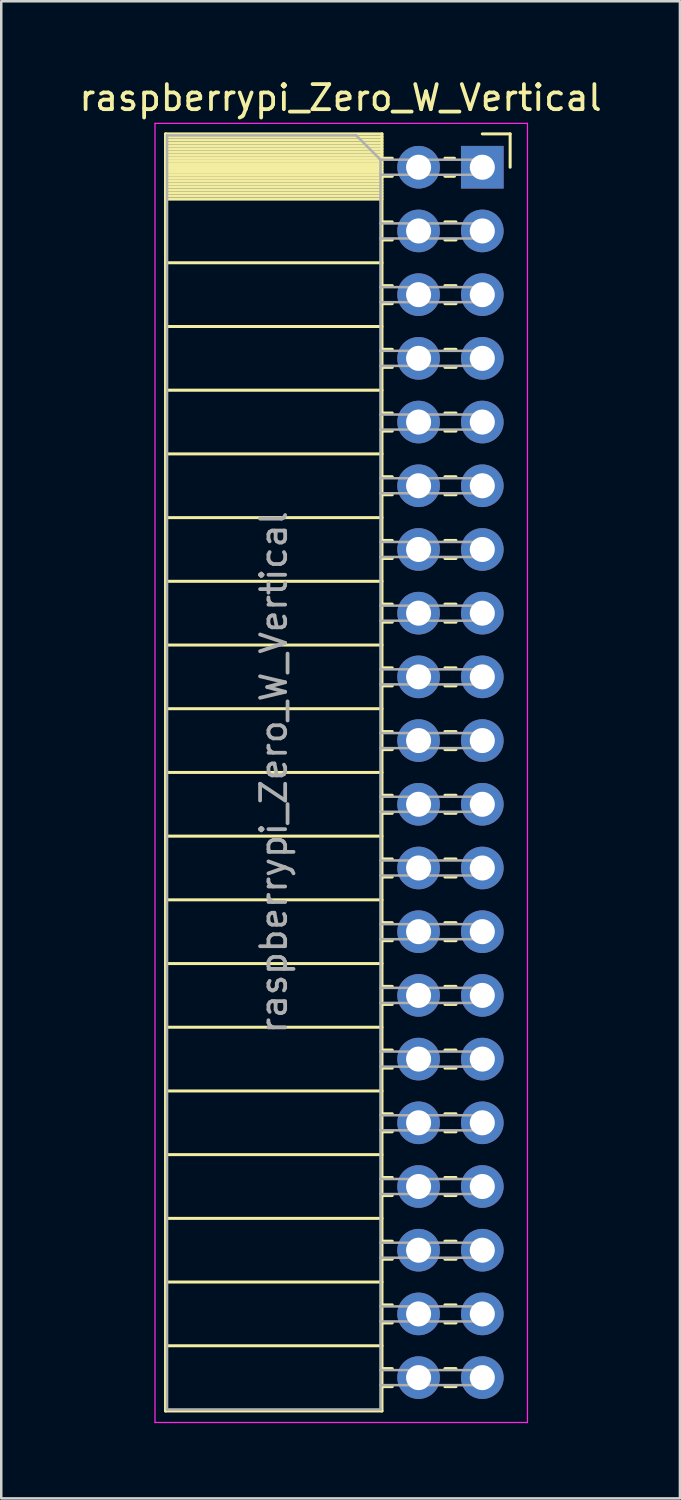
<source format=kicad_pcb>
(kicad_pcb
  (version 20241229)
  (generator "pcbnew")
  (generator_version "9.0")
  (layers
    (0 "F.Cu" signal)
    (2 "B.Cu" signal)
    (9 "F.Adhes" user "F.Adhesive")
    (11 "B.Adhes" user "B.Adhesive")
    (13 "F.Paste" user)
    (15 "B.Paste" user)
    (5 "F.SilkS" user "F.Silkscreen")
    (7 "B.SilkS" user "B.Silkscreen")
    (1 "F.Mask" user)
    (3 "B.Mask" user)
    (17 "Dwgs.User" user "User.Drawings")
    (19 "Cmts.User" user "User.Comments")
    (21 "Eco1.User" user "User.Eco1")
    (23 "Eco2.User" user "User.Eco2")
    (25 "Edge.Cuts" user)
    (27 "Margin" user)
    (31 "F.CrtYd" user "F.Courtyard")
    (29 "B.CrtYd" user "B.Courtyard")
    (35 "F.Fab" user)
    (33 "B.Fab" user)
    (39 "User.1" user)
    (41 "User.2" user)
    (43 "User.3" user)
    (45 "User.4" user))
  (footprint "raspberrypi_Zero_W_Vertical"
    (layer "F.Cu")
    (at 16.18 3.618)
    (property "Reference" "raspberrypi_Zero_W_Vertical" (at -5.65 -2.77 0) (layer "F.SilkS") (effects (font (size 1 1) (thickness 0.15))))
    (attr through_hole)
    (fp_line (start -12.63 -1.33) (end -12.63 49.59) (stroke (width 0.12) (type solid)) (layer "F.SilkS"))
    (fp_line (start -12.63 -1.33) (end -4 -1.33) (stroke (width 0.12) (type solid)) (layer "F.SilkS"))
    (fp_line (start -12.63 -1.21) (end -4 -1.21) (stroke (width 0.12) (type solid)) (layer "F.SilkS"))
    (fp_line (start -12.63 -1.092) (end -4 -1.092) (stroke (width 0.12) (type solid)) (layer "F.SilkS"))
    (fp_line (start -12.63 -0.974) (end -4 -0.974) (stroke (width 0.12) (type solid)) (layer "F.SilkS"))
    (fp_line (start -12.63 -0.856) (end -4 -0.856) (stroke (width 0.12) (type solid)) (layer "F.SilkS"))
    (fp_line (start -12.63 -0.738) (end -4 -0.738) (stroke (width 0.12) (type solid)) (layer "F.SilkS"))
    (fp_line (start -12.63 -0.62) (end -4 -0.62) (stroke (width 0.12) (type solid)) (layer "F.SilkS"))
    (fp_line (start -12.63 -0.501) (end -4 -0.501) (stroke (width 0.12) (type solid)) (layer "F.SilkS"))
    (fp_line (start -12.63 -0.383) (end -4 -0.383) (stroke (width 0.12) (type solid)) (layer "F.SilkS"))
    (fp_line (start -12.63 -0.265) (end -4 -0.265) (stroke (width 0.12) (type solid)) (layer "F.SilkS"))
    (fp_line (start -12.63 -0.147) (end -4 -0.147) (stroke (width 0.12) (type solid)) (layer "F.SilkS"))
    (fp_line (start -12.63 -0.029) (end -4 -0.029) (stroke (width 0.12) (type solid)) (layer "F.SilkS"))
    (fp_line (start -12.63 0.089) (end -4 0.089) (stroke (width 0.12) (type solid)) (layer "F.SilkS"))
    (fp_line (start -12.63 0.207) (end -4 0.207) (stroke (width 0.12) (type solid)) (layer "F.SilkS"))
    (fp_line (start -12.63 0.325) (end -4 0.325) (stroke (width 0.12) (type solid)) (layer "F.SilkS"))
    (fp_line (start -12.63 0.443) (end -4 0.443) (stroke (width 0.12) (type solid)) (layer "F.SilkS"))
    (fp_line (start -12.63 0.561) (end -4 0.561) (stroke (width 0.12) (type solid)) (layer "F.SilkS"))
    (fp_line (start -12.63 0.68) (end -4 0.68) (stroke (width 0.12) (type solid)) (layer "F.SilkS"))
    (fp_line (start -12.63 0.798) (end -4 0.798) (stroke (width 0.12) (type solid)) (layer "F.SilkS"))
    (fp_line (start -12.63 0.916) (end -4 0.916) (stroke (width 0.12) (type solid)) (layer "F.SilkS"))
    (fp_line (start -12.63 1.034) (end -4 1.034) (stroke (width 0.12) (type solid)) (layer "F.SilkS"))
    (fp_line (start -12.63 1.152) (end -4 1.152) (stroke (width 0.12) (type solid)) (layer "F.SilkS"))
    (fp_line (start -12.63 1.27) (end -4 1.27) (stroke (width 0.12) (type solid)) (layer "F.SilkS"))
    (fp_line (start -12.63 3.81) (end -4 3.81) (stroke (width 0.12) (type solid)) (layer "F.SilkS"))
    (fp_line (start -12.63 6.35) (end -4 6.35) (stroke (width 0.12) (type solid)) (layer "F.SilkS"))
    (fp_line (start -12.63 8.89) (end -4 8.89) (stroke (width 0.12) (type solid)) (layer "F.SilkS"))
    (fp_line (start -12.63 11.43) (end -4 11.43) (stroke (width 0.12) (type solid)) (layer "F.SilkS"))
    (fp_line (start -12.63 13.97) (end -4 13.97) (stroke (width 0.12) (type solid)) (layer "F.SilkS"))
    (fp_line (start -12.63 16.51) (end -4 16.51) (stroke (width 0.12) (type solid)) (layer "F.SilkS"))
    (fp_line (start -12.63 19.05) (end -4 19.05) (stroke (width 0.12) (type solid)) (layer "F.SilkS"))
    (fp_line (start -12.63 21.59) (end -4 21.59) (stroke (width 0.12) (type solid)) (layer "F.SilkS"))
    (fp_line (start -12.63 24.13) (end -4 24.13) (stroke (width 0.12) (type solid)) (layer "F.SilkS"))
    (fp_line (start -12.63 26.67) (end -4 26.67) (stroke (width 0.12) (type solid)) (layer "F.SilkS"))
    (fp_line (start -12.63 29.21) (end -4 29.21) (stroke (width 0.12) (type solid)) (layer "F.SilkS"))
    (fp_line (start -12.63 31.75) (end -4 31.75) (stroke (width 0.12) (type solid)) (layer "F.SilkS"))
    (fp_line (start -12.63 34.29) (end -4 34.29) (stroke (width 0.12) (type solid)) (layer "F.SilkS"))
    (fp_line (start -12.63 36.83) (end -4 36.83) (stroke (width 0.12) (type solid)) (layer "F.SilkS"))
    (fp_line (start -12.63 39.37) (end -4 39.37) (stroke (width 0.12) (type solid)) (layer "F.SilkS"))
    (fp_line (start -12.63 41.91) (end -4 41.91) (stroke (width 0.12) (type solid)) (layer "F.SilkS"))
    (fp_line (start -12.63 44.45) (end -4 44.45) (stroke (width 0.12) (type solid)) (layer "F.SilkS"))
    (fp_line (start -12.63 46.99) (end -4 46.99) (stroke (width 0.12) (type solid)) (layer "F.SilkS"))
    (fp_line (start -12.63 49.59) (end -4 49.59) (stroke (width 0.12) (type solid)) (layer "F.SilkS"))
    (fp_line (start -4 -1.33) (end -4 49.59) (stroke (width 0.12) (type solid)) (layer "F.SilkS"))
    (fp_line (start -4 -0.36) (end -3.59 -0.36) (stroke (width 0.12) (type solid)) (layer "F.SilkS"))
    (fp_line (start -4 0.36) (end -3.59 0.36) (stroke (width 0.12) (type solid)) (layer "F.SilkS"))
    (fp_line (start -4 2.18) (end -3.59 2.18) (stroke (width 0.12) (type solid)) (layer "F.SilkS"))
    (fp_line (start -4 2.9) (end -3.59 2.9) (stroke (width 0.12) (type solid)) (layer "F.SilkS"))
    (fp_line (start -4 4.72) (end -3.59 4.72) (stroke (width 0.12) (type solid)) (layer "F.SilkS"))
    (fp_line (start -4 5.44) (end -3.59 5.44) (stroke (width 0.12) (type solid)) (layer "F.SilkS"))
    (fp_line (start -4 7.26) (end -3.59 7.26) (stroke (width 0.12) (type solid)) (layer "F.SilkS"))
    (fp_line (start -4 7.98) (end -3.59 7.98) (stroke (width 0.12) (type solid)) (layer "F.SilkS"))
    (fp_line (start -4 9.8) (end -3.59 9.8) (stroke (width 0.12) (type solid)) (layer "F.SilkS"))
    (fp_line (start -4 10.52) (end -3.59 10.52) (stroke (width 0.12) (type solid)) (layer "F.SilkS"))
    (fp_line (start -4 12.34) (end -3.59 12.34) (stroke (width 0.12) (type solid)) (layer "F.SilkS"))
    (fp_line (start -4 13.06) (end -3.59 13.06) (stroke (width 0.12) (type solid)) (layer "F.SilkS"))
    (fp_line (start -4 14.88) (end -3.59 14.88) (stroke (width 0.12) (type solid)) (layer "F.SilkS"))
    (fp_line (start -4 15.6) (end -3.59 15.6) (stroke (width 0.12) (type solid)) (layer "F.SilkS"))
    (fp_line (start -4 17.42) (end -3.59 17.42) (stroke (width 0.12) (type solid)) (layer "F.SilkS"))
    (fp_line (start -4 18.14) (end -3.59 18.14) (stroke (width 0.12) (type solid)) (layer "F.SilkS"))
    (fp_line (start -4 19.96) (end -3.59 19.96) (stroke (width 0.12) (type solid)) (layer "F.SilkS"))
    (fp_line (start -4 20.68) (end -3.59 20.68) (stroke (width 0.12) (type solid)) (layer "F.SilkS"))
    (fp_line (start -4 22.5) (end -3.59 22.5) (stroke (width 0.12) (type solid)) (layer "F.SilkS"))
    (fp_line (start -4 23.22) (end -3.59 23.22) (stroke (width 0.12) (type solid)) (layer "F.SilkS"))
    (fp_line (start -4 25.04) (end -3.59 25.04) (stroke (width 0.12) (type solid)) (layer "F.SilkS"))
    (fp_line (start -4 25.76) (end -3.59 25.76) (stroke (width 0.12) (type solid)) (layer "F.SilkS"))
    (fp_line (start -4 27.58) (end -3.59 27.58) (stroke (width 0.12) (type solid)) (layer "F.SilkS"))
    (fp_line (start -4 28.3) (end -3.59 28.3) (stroke (width 0.12) (type solid)) (layer "F.SilkS"))
    (fp_line (start -4 30.12) (end -3.59 30.12) (stroke (width 0.12) (type solid)) (layer "F.SilkS"))
    (fp_line (start -4 30.84) (end -3.59 30.84) (stroke (width 0.12) (type solid)) (layer "F.SilkS"))
    (fp_line (start -4 32.66) (end -3.59 32.66) (stroke (width 0.12) (type solid)) (layer "F.SilkS"))
    (fp_line (start -4 33.38) (end -3.59 33.38) (stroke (width 0.12) (type solid)) (layer "F.SilkS"))
    (fp_line (start -4 35.2) (end -3.59 35.2) (stroke (width 0.12) (type solid)) (layer "F.SilkS"))
    (fp_line (start -4 35.92) (end -3.59 35.92) (stroke (width 0.12) (type solid)) (layer "F.SilkS"))
    (fp_line (start -4 37.74) (end -3.59 37.74) (stroke (width 0.12) (type solid)) (layer "F.SilkS"))
    (fp_line (start -4 38.46) (end -3.59 38.46) (stroke (width 0.12) (type solid)) (layer "F.SilkS"))
    (fp_line (start -4 40.28) (end -3.59 40.28) (stroke (width 0.12) (type solid)) (layer "F.SilkS"))
    (fp_line (start -4 41) (end -3.59 41) (stroke (width 0.12) (type solid)) (layer "F.SilkS"))
    (fp_line (start -4 42.82) (end -3.59 42.82) (stroke (width 0.12) (type solid)) (layer "F.SilkS"))
    (fp_line (start -4 43.54) (end -3.59 43.54) (stroke (width 0.12) (type solid)) (layer "F.SilkS"))
    (fp_line (start -4 45.36) (end -3.59 45.36) (stroke (width 0.12) (type solid)) (layer "F.SilkS"))
    (fp_line (start -4 46.08) (end -3.59 46.08) (stroke (width 0.12) (type solid)) (layer "F.SilkS"))
    (fp_line (start -4 47.9) (end -3.59 47.9) (stroke (width 0.12) (type solid)) (layer "F.SilkS"))
    (fp_line (start -4 48.62) (end -3.59 48.62) (stroke (width 0.12) (type solid)) (layer "F.SilkS"))
    (fp_line (start -1.49 -0.36) (end -1.11 -0.36) (stroke (width 0.12) (type solid)) (layer "F.SilkS"))
    (fp_line (start -1.49 0.36) (end -1.11 0.36) (stroke (width 0.12) (type solid)) (layer "F.SilkS"))
    (fp_line (start -1.49 2.18) (end -1.05 2.18) (stroke (width 0.12) (type solid)) (layer "F.SilkS"))
    (fp_line (start -1.49 2.9) (end -1.05 2.9) (stroke (width 0.12) (type solid)) (layer "F.SilkS"))
    (fp_line (start -1.49 4.72) (end -1.05 4.72) (stroke (width 0.12) (type solid)) (layer "F.SilkS"))
    (fp_line (start -1.49 5.44) (end -1.05 5.44) (stroke (width 0.12) (type solid)) (layer "F.SilkS"))
    (fp_line (start -1.49 7.26) (end -1.05 7.26) (stroke (width 0.12) (type solid)) (layer "F.SilkS"))
    (fp_line (start -1.49 7.98) (end -1.05 7.98) (stroke (width 0.12) (type solid)) (layer "F.SilkS"))
    (fp_line (start -1.49 9.8) (end -1.05 9.8) (stroke (width 0.12) (type solid)) (layer "F.SilkS"))
    (fp_line (start -1.49 10.52) (end -1.05 10.52) (stroke (width 0.12) (type solid)) (layer "F.SilkS"))
    (fp_line (start -1.49 12.34) (end -1.05 12.34) (stroke (width 0.12) (type solid)) (layer "F.SilkS"))
    (fp_line (start -1.49 13.06) (end -1.05 13.06) (stroke (width 0.12) (type solid)) (layer "F.SilkS"))
    (fp_line (start -1.49 14.88) (end -1.05 14.88) (stroke (width 0.12) (type solid)) (layer "F.SilkS"))
    (fp_line (start -1.49 15.6) (end -1.05 15.6) (stroke (width 0.12) (type solid)) (layer "F.SilkS"))
    (fp_line (start -1.49 17.42) (end -1.05 17.42) (stroke (width 0.12) (type solid)) (layer "F.SilkS"))
    (fp_line (start -1.49 18.14) (end -1.05 18.14) (stroke (width 0.12) (type solid)) (layer "F.SilkS"))
    (fp_line (start -1.49 19.96) (end -1.05 19.96) (stroke (width 0.12) (type solid)) (layer "F.SilkS"))
    (fp_line (start -1.49 20.68) (end -1.05 20.68) (stroke (width 0.12) (type solid)) (layer "F.SilkS"))
    (fp_line (start -1.49 22.5) (end -1.05 22.5) (stroke (width 0.12) (type solid)) (layer "F.SilkS"))
    (fp_line (start -1.49 23.22) (end -1.05 23.22) (stroke (width 0.12) (type solid)) (layer "F.SilkS"))
    (fp_line (start -1.49 25.04) (end -1.05 25.04) (stroke (width 0.12) (type solid)) (layer "F.SilkS"))
    (fp_line (start -1.49 25.76) (end -1.05 25.76) (stroke (width 0.12) (type solid)) (layer "F.SilkS"))
    (fp_line (start -1.49 27.58) (end -1.05 27.58) (stroke (width 0.12) (type solid)) (layer "F.SilkS"))
    (fp_line (start -1.49 28.3) (end -1.05 28.3) (stroke (width 0.12) (type solid)) (layer "F.SilkS"))
    (fp_line (start -1.49 30.12) (end -1.05 30.12) (stroke (width 0.12) (type solid)) (layer "F.SilkS"))
    (fp_line (start -1.49 30.84) (end -1.05 30.84) (stroke (width 0.12) (type solid)) (layer "F.SilkS"))
    (fp_line (start -1.49 32.66) (end -1.05 32.66) (stroke (width 0.12) (type solid)) (layer "F.SilkS"))
    (fp_line (start -1.49 33.38) (end -1.05 33.38) (stroke (width 0.12) (type solid)) (layer "F.SilkS"))
    (fp_line (start -1.49 35.2) (end -1.05 35.2) (stroke (width 0.12) (type solid)) (layer "F.SilkS"))
    (fp_line (start -1.49 35.92) (end -1.05 35.92) (stroke (width 0.12) (type solid)) (layer "F.SilkS"))
    (fp_line (start -1.49 37.74) (end -1.05 37.74) (stroke (width 0.12) (type solid)) (layer "F.SilkS"))
    (fp_line (start -1.49 38.46) (end -1.05 38.46) (stroke (width 0.12) (type solid)) (layer "F.SilkS"))
    (fp_line (start -1.49 40.28) (end -1.05 40.28) (stroke (width 0.12) (type solid)) (layer "F.SilkS"))
    (fp_line (start -1.49 41) (end -1.05 41) (stroke (width 0.12) (type solid)) (layer "F.SilkS"))
    (fp_line (start -1.49 42.82) (end -1.05 42.82) (stroke (width 0.12) (type solid)) (layer "F.SilkS"))
    (fp_line (start -1.49 43.54) (end -1.05 43.54) (stroke (width 0.12) (type solid)) (layer "F.SilkS"))
    (fp_line (start -1.49 45.36) (end -1.05 45.36) (stroke (width 0.12) (type solid)) (layer "F.SilkS"))
    (fp_line (start -1.49 46.08) (end -1.05 46.08) (stroke (width 0.12) (type solid)) (layer "F.SilkS"))
    (fp_line (start -1.49 47.9) (end -1.05 47.9) (stroke (width 0.12) (type solid)) (layer "F.SilkS"))
    (fp_line (start -1.49 48.62) (end -1.05 48.62) (stroke (width 0.12) (type solid)) (layer "F.SilkS"))
    (fp_line (start 0 -1.33) (end 1.11 -1.33) (stroke (width 0.12) (type solid)) (layer "F.SilkS"))
    (fp_line (start 1.11 -1.33) (end 1.11 0) (stroke (width 0.12) (type solid)) (layer "F.SilkS"))
    (fp_line (start -13.05 -1.75) (end -13.05 50.05) (stroke (width 0.05) (type solid)) (layer "F.CrtYd"))
    (fp_line (start -13.05 50.05) (end 1.8 50.05) (stroke (width 0.05) (type solid)) (layer "F.CrtYd"))
    (fp_line (start 1.8 -1.75) (end -13.05 -1.75) (stroke (width 0.05) (type solid)) (layer "F.CrtYd"))
    (fp_line (start 1.8 50.05) (end 1.8 -1.75) (stroke (width 0.05) (type solid)) (layer "F.CrtYd"))
    (fp_line (start -12.57 -1.27) (end -5.03 -1.27) (stroke (width 0.1) (type solid)) (layer "F.Fab"))
    (fp_line (start -12.57 49.53) (end -12.57 -1.27) (stroke (width 0.1) (type solid)) (layer "F.Fab"))
    (fp_line (start -5.03 -1.27) (end -4.06 -0.3) (stroke (width 0.1) (type solid)) (layer "F.Fab"))
    (fp_line (start -4.06 -0.3) (end -4.06 49.53) (stroke (width 0.1) (type solid)) (layer "F.Fab"))
    (fp_line (start -4.06 0.3) (end 0 0.3) (stroke (width 0.1) (type solid)) (layer "F.Fab"))
    (fp_line (start -4.06 2.84) (end 0 2.84) (stroke (width 0.1) (type solid)) (layer "F.Fab"))
    (fp_line (start -4.06 5.38) (end 0 5.38) (stroke (width 0.1) (type solid)) (layer "F.Fab"))
    (fp_line (start -4.06 7.92) (end 0 7.92) (stroke (width 0.1) (type solid)) (layer "F.Fab"))
    (fp_line (start -4.06 10.46) (end 0 10.46) (stroke (width 0.1) (type solid)) (layer "F.Fab"))
    (fp_line (start -4.06 13) (end 0 13) (stroke (width 0.1) (type solid)) (layer "F.Fab"))
    (fp_line (start -4.06 15.54) (end 0 15.54) (stroke (width 0.1) (type solid)) (layer "F.Fab"))
    (fp_line (start -4.06 18.08) (end 0 18.08) (stroke (width 0.1) (type solid)) (layer "F.Fab"))
    (fp_line (start -4.06 20.62) (end 0 20.62) (stroke (width 0.1) (type solid)) (layer "F.Fab"))
    (fp_line (start -4.06 23.16) (end 0 23.16) (stroke (width 0.1) (type solid)) (layer "F.Fab"))
    (fp_line (start -4.06 25.7) (end 0 25.7) (stroke (width 0.1) (type solid)) (layer "F.Fab"))
    (fp_line (start -4.06 28.24) (end 0 28.24) (stroke (width 0.1) (type solid)) (layer "F.Fab"))
    (fp_line (start -4.06 30.78) (end 0 30.78) (stroke (width 0.1) (type solid)) (layer "F.Fab"))
    (fp_line (start -4.06 33.32) (end 0 33.32) (stroke (width 0.1) (type solid)) (layer "F.Fab"))
    (fp_line (start -4.06 35.86) (end 0 35.86) (stroke (width 0.1) (type solid)) (layer "F.Fab"))
    (fp_line (start -4.06 38.4) (end 0 38.4) (stroke (width 0.1) (type solid)) (layer "F.Fab"))
    (fp_line (start -4.06 40.94) (end 0 40.94) (stroke (width 0.1) (type solid)) (layer "F.Fab"))
    (fp_line (start -4.06 43.48) (end 0 43.48) (stroke (width 0.1) (type solid)) (layer "F.Fab"))
    (fp_line (start -4.06 46.02) (end 0 46.02) (stroke (width 0.1) (type solid)) (layer "F.Fab"))
    (fp_line (start -4.06 48.56) (end 0 48.56) (stroke (width 0.1) (type solid)) (layer "F.Fab"))
    (fp_line (start -4.06 49.53) (end -12.57 49.53) (stroke (width 0.1) (type solid)) (layer "F.Fab"))
    (fp_line (start 0 -0.3) (end -4.06 -0.3) (stroke (width 0.1) (type solid)) (layer "F.Fab"))
    (fp_line (start 0 0.3) (end 0 -0.3) (stroke (width 0.1) (type solid)) (layer "F.Fab"))
    (fp_line (start 0 2.24) (end -4.06 2.24) (stroke (width 0.1) (type solid)) (layer "F.Fab"))
    (fp_line (start 0 2.84) (end 0 2.24) (stroke (width 0.1) (type solid)) (layer "F.Fab"))
    (fp_line (start 0 4.78) (end -4.06 4.78) (stroke (width 0.1) (type solid)) (layer "F.Fab"))
    (fp_line (start 0 5.38) (end 0 4.78) (stroke (width 0.1) (type solid)) (layer "F.Fab"))
    (fp_line (start 0 7.32) (end -4.06 7.32) (stroke (width 0.1) (type solid)) (layer "F.Fab"))
    (fp_line (start 0 7.92) (end 0 7.32) (stroke (width 0.1) (type solid)) (layer "F.Fab"))
    (fp_line (start 0 9.86) (end -4.06 9.86) (stroke (width 0.1) (type solid)) (layer "F.Fab"))
    (fp_line (start 0 10.46) (end 0 9.86) (stroke (width 0.1) (type solid)) (layer "F.Fab"))
    (fp_line (start 0 12.4) (end -4.06 12.4) (stroke (width 0.1) (type solid)) (layer "F.Fab"))
    (fp_line (start 0 13) (end 0 12.4) (stroke (width 0.1) (type solid)) (layer "F.Fab"))
    (fp_line (start 0 14.94) (end -4.06 14.94) (stroke (width 0.1) (type solid)) (layer "F.Fab"))
    (fp_line (start 0 15.54) (end 0 14.94) (stroke (width 0.1) (type solid)) (layer "F.Fab"))
    (fp_line (start 0 17.48) (end -4.06 17.48) (stroke (width 0.1) (type solid)) (layer "F.Fab"))
    (fp_line (start 0 18.08) (end 0 17.48) (stroke (width 0.1) (type solid)) (layer "F.Fab"))
    (fp_line (start 0 20.02) (end -4.06 20.02) (stroke (width 0.1) (type solid)) (layer "F.Fab"))
    (fp_line (start 0 20.62) (end 0 20.02) (stroke (width 0.1) (type solid)) (layer "F.Fab"))
    (fp_line (start 0 22.56) (end -4.06 22.56) (stroke (width 0.1) (type solid)) (layer "F.Fab"))
    (fp_line (start 0 23.16) (end 0 22.56) (stroke (width 0.1) (type solid)) (layer "F.Fab"))
    (fp_line (start 0 25.1) (end -4.06 25.1) (stroke (width 0.1) (type solid)) (layer "F.Fab"))
    (fp_line (start 0 25.7) (end 0 25.1) (stroke (width 0.1) (type solid)) (layer "F.Fab"))
    (fp_line (start 0 27.64) (end -4.06 27.64) (stroke (width 0.1) (type solid)) (layer "F.Fab"))
    (fp_line (start 0 28.24) (end 0 27.64) (stroke (width 0.1) (type solid)) (layer "F.Fab"))
    (fp_line (start 0 30.18) (end -4.06 30.18) (stroke (width 0.1) (type solid)) (layer "F.Fab"))
    (fp_line (start 0 30.78) (end 0 30.18) (stroke (width 0.1) (type solid)) (layer "F.Fab"))
    (fp_line (start 0 32.72) (end -4.06 32.72) (stroke (width 0.1) (type solid)) (layer "F.Fab"))
    (fp_line (start 0 33.32) (end 0 32.72) (stroke (width 0.1) (type solid)) (layer "F.Fab"))
    (fp_line (start 0 35.26) (end -4.06 35.26) (stroke (width 0.1) (type solid)) (layer "F.Fab"))
    (fp_line (start 0 35.86) (end 0 35.26) (stroke (width 0.1) (type solid)) (layer "F.Fab"))
    (fp_line (start 0 37.8) (end -4.06 37.8) (stroke (width 0.1) (type solid)) (layer "F.Fab"))
    (fp_line (start 0 38.4) (end 0 37.8) (stroke (width 0.1) (type solid)) (layer "F.Fab"))
    (fp_line (start 0 40.34) (end -4.06 40.34) (stroke (width 0.1) (type solid)) (layer "F.Fab"))
    (fp_line (start 0 40.94) (end 0 40.34) (stroke (width 0.1) (type solid)) (layer "F.Fab"))
    (fp_line (start 0 42.88) (end -4.06 42.88) (stroke (width 0.1) (type solid)) (layer "F.Fab"))
    (fp_line (start 0 43.48) (end 0 42.88) (stroke (width 0.1) (type solid)) (layer "F.Fab"))
    (fp_line (start 0 45.42) (end -4.06 45.42) (stroke (width 0.1) (type solid)) (layer "F.Fab"))
    (fp_line (start 0 46.02) (end 0 45.42) (stroke (width 0.1) (type solid)) (layer "F.Fab"))
    (fp_line (start 0 47.96) (end -4.06 47.96) (stroke (width 0.1) (type solid)) (layer "F.Fab"))
    (fp_line (start 0 48.56) (end 0 47.96) (stroke (width 0.1) (type solid)) (layer "F.Fab"))
    (fp_text user "${REFERENCE}" (at -8.315 24.13 90) (layer "F.Fab") (effects (font (size 1 1) (thickness 0.15))))
    (pad "1" thru_hole rect (at 0 0) (size 1.7 1.7) (drill 1) (layers "*.Cu" "*.Mask"))
    (pad "2" thru_hole oval (at -2.54 0) (size 1.7 1.7) (drill 1) (layers "*.Cu" "*.Mask"))
    (pad "3" thru_hole oval (at 0 2.54) (size 1.7 1.7) (drill 1) (layers "*.Cu" "*.Mask"))
    (pad "4" thru_hole oval (at -2.54 2.54) (size 1.7 1.7) (drill 1) (layers "*.Cu" "*.Mask"))
    (pad "5" thru_hole oval (at 0 5.08) (size 1.7 1.7) (drill 1) (layers "*.Cu" "*.Mask"))
    (pad "6" thru_hole oval (at -2.54 5.08) (size 1.7 1.7) (drill 1) (layers "*.Cu" "*.Mask"))
    (pad "7" thru_hole oval (at 0 7.62) (size 1.7 1.7) (drill 1) (layers "*.Cu" "*.Mask"))
    (pad "8" thru_hole oval (at -2.54 7.62) (size 1.7 1.7) (drill 1) (layers "*.Cu" "*.Mask"))
    (pad "9" thru_hole oval (at 0 10.16) (size 1.7 1.7) (drill 1) (layers "*.Cu" "*.Mask"))
    (pad "10" thru_hole oval (at -2.54 10.16) (size 1.7 1.7) (drill 1) (layers "*.Cu" "*.Mask"))
    (pad "11" thru_hole oval (at 0 12.7) (size 1.7 1.7) (drill 1) (layers "*.Cu" "*.Mask"))
    (pad "12" thru_hole oval (at -2.54 12.7) (size 1.7 1.7) (drill 1) (layers "*.Cu" "*.Mask"))
    (pad "13" thru_hole oval (at 0 15.24) (size 1.7 1.7) (drill 1) (layers "*.Cu" "*.Mask"))
    (pad "14" thru_hole oval (at -2.54 15.24) (size 1.7 1.7) (drill 1) (layers "*.Cu" "*.Mask"))
    (pad "15" thru_hole oval (at 0 17.78) (size 1.7 1.7) (drill 1) (layers "*.Cu" "*.Mask"))
    (pad "16" thru_hole oval (at -2.54 17.78) (size 1.7 1.7) (drill 1) (layers "*.Cu" "*.Mask"))
    (pad "17" thru_hole oval (at 0 20.32) (size 1.7 1.7) (drill 1) (layers "*.Cu" "*.Mask"))
    (pad "18" thru_hole oval (at -2.54 20.32) (size 1.7 1.7) (drill 1) (layers "*.Cu" "*.Mask"))
    (pad "19" thru_hole oval (at 0 22.86) (size 1.7 1.7) (drill 1) (layers "*.Cu" "*.Mask"))
    (pad "20" thru_hole oval (at -2.54 22.86) (size 1.7 1.7) (drill 1) (layers "*.Cu" "*.Mask"))
    (pad "21" thru_hole oval (at 0 25.4) (size 1.7 1.7) (drill 1) (layers "*.Cu" "*.Mask"))
    (pad "22" thru_hole oval (at -2.54 25.4) (size 1.7 1.7) (drill 1) (layers "*.Cu" "*.Mask"))
    (pad "23" thru_hole oval (at 0 27.94) (size 1.7 1.7) (drill 1) (layers "*.Cu" "*.Mask"))
    (pad "24" thru_hole oval (at -2.54 27.94) (size 1.7 1.7) (drill 1) (layers "*.Cu" "*.Mask"))
    (pad "25" thru_hole oval (at 0 30.48) (size 1.7 1.7) (drill 1) (layers "*.Cu" "*.Mask"))
    (pad "26" thru_hole oval (at -2.54 30.48) (size 1.7 1.7) (drill 1) (layers "*.Cu" "*.Mask"))
    (pad "27" thru_hole oval (at 0 33.02) (size 1.7 1.7) (drill 1) (layers "*.Cu" "*.Mask"))
    (pad "28" thru_hole oval (at -2.54 33.02) (size 1.7 1.7) (drill 1) (layers "*.Cu" "*.Mask"))
    (pad "29" thru_hole oval (at 0 35.56) (size 1.7 1.7) (drill 1) (layers "*.Cu" "*.Mask"))
    (pad "30" thru_hole oval (at -2.54 35.56) (size 1.7 1.7) (drill 1) (layers "*.Cu" "*.Mask"))
    (pad "31" thru_hole oval (at 0 38.1) (size 1.7 1.7) (drill 1) (layers "*.Cu" "*.Mask"))
    (pad "32" thru_hole oval (at -2.54 38.1) (size 1.7 1.7) (drill 1) (layers "*.Cu" "*.Mask"))
    (pad "33" thru_hole oval (at 0 40.64) (size 1.7 1.7) (drill 1) (layers "*.Cu" "*.Mask"))
    (pad "34" thru_hole oval (at -2.54 40.64) (size 1.7 1.7) (drill 1) (layers "*.Cu" "*.Mask"))
    (pad "35" thru_hole oval (at 0 43.18) (size 1.7 1.7) (drill 1) (layers "*.Cu" "*.Mask"))
    (pad "36" thru_hole oval (at -2.54 43.18) (size 1.7 1.7) (drill 1) (layers "*.Cu" "*.Mask"))
    (pad "37" thru_hole oval (at 0 45.72) (size 1.7 1.7) (drill 1) (layers "*.Cu" "*.Mask"))
    (pad "38" thru_hole oval (at -2.54 45.72) (size 1.7 1.7) (drill 1) (layers "*.Cu" "*.Mask"))
    (pad "39" thru_hole oval (at 0 48.26) (size 1.7 1.7) (drill 1) (layers "*.Cu" "*.Mask"))
    (pad "40" thru_hole oval (at -2.54 48.26) (size 1.7 1.7) (drill 1) (layers "*.Cu" "*.Mask")))
  (gr_rect
    (start -3 -3)
    (end 24.06 56.693)
    (stroke (width 0.1) (type default))
    (fill no)
    (layer "Edge.Cuts")))
</source>
